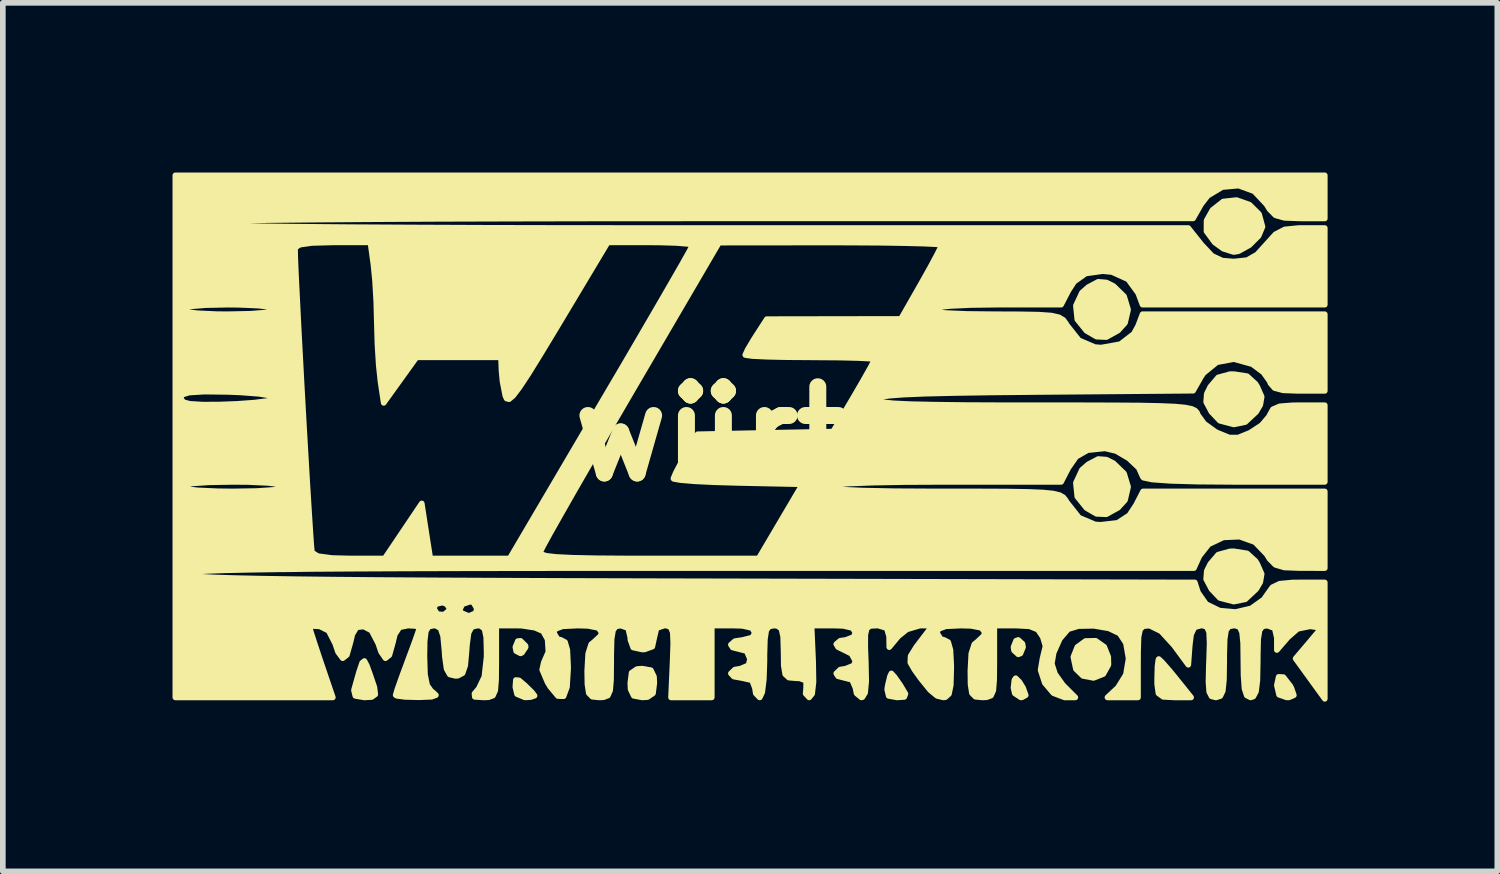
<source format=kicad_pcb>
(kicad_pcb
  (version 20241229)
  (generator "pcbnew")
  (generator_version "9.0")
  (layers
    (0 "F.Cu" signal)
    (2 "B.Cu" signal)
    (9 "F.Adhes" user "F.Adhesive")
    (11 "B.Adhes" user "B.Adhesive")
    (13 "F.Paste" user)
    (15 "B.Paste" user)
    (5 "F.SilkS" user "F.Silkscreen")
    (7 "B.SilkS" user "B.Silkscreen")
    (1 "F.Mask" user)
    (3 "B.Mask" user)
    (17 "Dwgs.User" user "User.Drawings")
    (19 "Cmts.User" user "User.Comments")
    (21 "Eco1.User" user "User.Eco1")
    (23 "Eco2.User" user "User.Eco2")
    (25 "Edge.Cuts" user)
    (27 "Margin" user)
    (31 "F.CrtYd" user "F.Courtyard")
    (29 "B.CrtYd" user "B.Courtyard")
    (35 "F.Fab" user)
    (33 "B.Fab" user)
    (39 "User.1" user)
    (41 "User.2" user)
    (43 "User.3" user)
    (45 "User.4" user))
  (footprint "würth"
    (layer "F.Cu")
    (at 10.21 4.622)
    (property "Reference" "würth" (at 0 0 0) (layer "F.SilkS") (effects (font (size 1.524 1.524) (thickness 0.3))))
    (attr through_hole)
    (fp_poly (pts (xy -3.967 3.768) (xy -4.033 3.867) (xy -4.058 3.878) (xy -4.135 3.838) (xy -4.149 3.768) (xy -4.106 3.662) (xy -4.058 3.657) (xy -3.97 3.744) (xy -3.967 3.768)) (stroke (width 0.1) (type solid)) (fill yes) (layer "F.SilkS"))
    (fp_poly (pts (xy 4.826 3.768) (xy 4.78 3.88) (xy 4.741 3.895) (xy 4.666 3.826) (xy 4.657 3.768) (xy 4.702 3.655) (xy 4.741 3.641) (xy 4.816 3.709) (xy 4.826 3.768)) (stroke (width 0.1) (type solid)) (fill yes) (layer "F.SilkS"))
    (fp_poly (pts (xy -3.81 4.627) (xy -3.881 4.651) (xy -3.979 4.657) (xy -4.119 4.599) (xy -4.149 4.474) (xy -4.14 4.35) (xy -4.084 4.356) (xy -3.979 4.445) (xy -3.855 4.567) (xy -3.81 4.627)) (stroke (width 0.1) (type solid)) (fill yes) (layer "F.SilkS"))
    (fp_poly (pts (xy 4.873 4.618) (xy 4.806 4.656) (xy 4.787 4.657) (xy 4.68 4.586) (xy 4.657 4.487) (xy 4.673 4.35) (xy 4.696 4.318) (xy 4.762 4.383) (xy 4.826 4.487) (xy 4.873 4.618)) (stroke (width 0.1) (type solid)) (fill yes) (layer "F.SilkS"))
    (fp_poly (pts (xy 2.747 4.594) (xy 2.725 4.649) (xy 2.596 4.657) (xy 2.451 4.63) (xy 2.424 4.515) (xy 2.435 4.445) (xy 2.473 4.286) (xy 2.498 4.233) (xy 2.555 4.296) (xy 2.659 4.445) (xy 2.747 4.594)) (stroke (width 0.1) (type solid)) (fill yes) (layer "F.SilkS"))
    (fp_poly (pts (xy 9.613 4.618) (xy 9.528 4.656) (xy 9.486 4.657) (xy 9.352 4.61) (xy 9.313 4.444) (xy 9.313 4.44) (xy 9.345 4.294) (xy 9.429 4.299) (xy 9.548 4.452) (xy 9.57 4.492) (xy 9.613 4.618)) (stroke (width 0.1) (type solid)) (fill yes) (layer "F.SilkS"))
    (fp_poly (pts (xy 6.335 4.081) (xy 6.244 4.244) (xy 6.072 4.312) (xy 5.886 4.277) (xy 5.76 4.154) (xy 5.715 3.942) (xy 5.785 3.766) (xy 5.931 3.66) (xy 6.109 3.656) (xy 6.261 3.763) (xy 6.332 3.941) (xy 6.335 4.081)) (stroke (width 0.1) (type solid)) (fill yes) (layer "F.SilkS"))
    (fp_poly (pts (xy -6.626 4.604) (xy -6.69 4.65) (xy -6.821 4.657) (xy -6.978 4.63) (xy -7.003 4.53) (xy -6.997 4.508) (xy -6.912 4.205) (xy -6.858 4.046) (xy -6.818 4.014) (xy -6.775 4.094) (xy -6.724 4.233) (xy -6.641 4.478) (xy -6.626 4.604)) (stroke (width 0.1) (type solid)) (fill yes) (layer "F.SilkS"))
    (fp_poly (pts (xy -1.693 4.403) (xy -1.716 4.584) (xy -1.813 4.651) (xy -1.905 4.657) (xy -2.056 4.629) (xy -2.112 4.513) (xy -2.117 4.403) (xy -2.094 4.221) (xy -1.997 4.155) (xy -1.905 4.149) (xy -1.754 4.176) (xy -1.698 4.292) (xy -1.693 4.403)) (stroke (width 0.1) (type solid)) (fill yes) (layer "F.SilkS"))
    (fp_poly (pts (xy 7.797 4.657) (xy 7.497 4.657) (xy 7.305 4.647) (xy 7.219 4.584) (xy 7.197 4.42) (xy 7.197 4.318) (xy 7.203 4.106) (xy 7.219 3.988) (xy 7.225 3.979) (xy 7.289 4.039) (xy 7.423 4.193) (xy 7.525 4.318) (xy 7.797 4.657)) (stroke (width 0.1) (type solid)) (fill yes) (layer "F.SilkS"))
    (fp_poly (pts (xy 6.683 -2.198) (xy 6.629 -1.965) (xy 6.505 -1.828) (xy 6.297 -1.713) (xy 6.125 -1.721) (xy 5.946 -1.825) (xy 5.785 -2.025) (xy 5.76 -2.268) (xy 5.867 -2.498) (xy 5.979 -2.597) (xy 6.155 -2.69) (xy 6.299 -2.678) (xy 6.423 -2.617) (xy 6.612 -2.434) (xy 6.683 -2.198)) (stroke (width 0.1) (type solid)) (fill yes) (layer "F.SilkS"))
    (fp_poly (pts (xy 6.683 0.935) (xy 6.629 1.168) (xy 6.505 1.304) (xy 6.297 1.419) (xy 6.125 1.412) (xy 5.946 1.308) (xy 5.785 1.107) (xy 5.76 0.864) (xy 5.867 0.634) (xy 5.979 0.536) (xy 6.155 0.443) (xy 6.299 0.454) (xy 6.423 0.516) (xy 6.612 0.699) (xy 6.683 0.935)) (stroke (width 0.1) (type solid)) (fill yes) (layer "F.SilkS"))
    (fp_poly (pts (xy 9.059 -3.664) (xy 8.99 -3.501) (xy 8.827 -3.338) (xy 8.633 -3.231) (xy 8.551 -3.217) (xy 8.367 -3.275) (xy 8.213 -3.387) (xy 8.069 -3.583) (xy 8.07 -3.773) (xy 8.175 -3.96) (xy 8.365 -4.109) (xy 8.6 -4.135) (xy 8.828 -4.055) (xy 8.998 -3.887) (xy 9.059 -3.664)) (stroke (width 0.1) (type solid)) (fill yes) (layer "F.SilkS"))
    (fp_poly (pts (xy 9.044 -0.659) (xy 9.02 -0.515) (xy 8.947 -0.391) (xy 8.755 -0.211) (xy 8.551 -0.169) (xy 8.305 -0.234) (xy 8.156 -0.391) (xy 8.063 -0.566) (xy 8.074 -0.71) (xy 8.136 -0.835) (xy 8.276 -1) (xy 8.484 -1.057) (xy 8.551 -1.058) (xy 8.786 -1.022) (xy 8.935 -0.886) (xy 8.966 -0.835) (xy 9.044 -0.659)) (stroke (width 0.1) (type solid)) (fill yes) (layer "F.SilkS"))
    (fp_poly (pts (xy 9.044 2.474) (xy 9.02 2.618) (xy 8.947 2.742) (xy 8.755 2.922) (xy 8.551 2.963) (xy 8.305 2.899) (xy 8.156 2.742) (xy 8.063 2.566) (xy 8.074 2.422) (xy 8.136 2.297) (xy 8.276 2.133) (xy 8.484 2.076) (xy 8.551 2.074) (xy 8.786 2.111) (xy 8.935 2.246) (xy 8.966 2.297) (xy 9.044 2.474)) (stroke (width 0.1) (type solid)) (fill yes) (layer "F.SilkS"))
    (fp_poly (pts (xy 10.16 4.682) (xy 9.902 4.326) (xy 9.644 3.97) (xy 9.873 3.7) (xy 10.101 3.429) (xy 9.901 3.4) (xy 9.678 3.445) (xy 9.507 3.595) (xy 9.313 3.819) (xy 9.313 3.603) (xy 9.275 3.435) (xy 9.144 3.387) (xy 9.057 3.402) (xy 9.007 3.47) (xy 8.982 3.627) (xy 8.975 3.907) (xy 8.975 4.022) (xy 8.968 4.357) (xy 8.944 4.553) (xy 8.896 4.642) (xy 8.848 4.657) (xy 8.781 4.623) (xy 8.741 4.503) (xy 8.724 4.265) (xy 8.721 4.022) (xy 8.717 3.697) (xy 8.698 3.507) (xy 8.657 3.415) (xy 8.582 3.388) (xy 8.551 3.387) (xy 8.465 3.402) (xy 8.414 3.47) (xy 8.39 3.627) (xy 8.382 3.907) (xy 8.382 4.022) (xy 8.377 4.349) (xy 8.357 4.542) (xy 8.313 4.633) (xy 8.238 4.657) (xy 8.234 4.657) (xy 8.159 4.638) (xy 8.117 4.558) (xy 8.104 4.383) (xy 8.111 4.079) (xy 8.114 4.022) (xy 8.124 3.698) (xy 8.116 3.508) (xy 8.08 3.416) (xy 8.01 3.388) (xy 7.97 3.387) (xy 7.856 3.418) (xy 7.797 3.542) (xy 7.773 3.733) (xy 7.747 4.08) (xy 7.493 3.735) (xy 7.267 3.488) (xy 7.068 3.39) (xy 7.048 3.389) (xy 6.951 3.398) (xy 6.895 3.454) (xy 6.867 3.59) (xy 6.859 3.842) (xy 6.858 4.022) (xy 6.858 4.657) (xy 6.588 4.657) (xy 6.318 4.657) (xy 6.503 4.484) (xy 6.644 4.257) (xy 6.692 3.97) (xy 6.644 3.694) (xy 6.534 3.527) (xy 6.346 3.437) (xy 6.076 3.391) (xy 5.805 3.396) (xy 5.622 3.451) (xy 5.477 3.62) (xy 5.367 3.867) (xy 5.334 4.062) (xy 5.392 4.243) (xy 5.531 4.438) (xy 5.542 4.449) (xy 5.75 4.657) (xy 5.56 4.657) (xy 5.363 4.582) (xy 5.21 4.401) (xy 5.136 4.173) (xy 5.17 3.97) (xy 5.223 3.75) (xy 5.175 3.588) (xy 5.088 3.459) (xy 4.943 3.4) (xy 4.701 3.387) (xy 4.318 3.387) (xy 4.318 4.022) (xy 4.315 4.345) (xy 4.3 4.534) (xy 4.259 4.625) (xy 4.181 4.654) (xy 4.106 4.657) (xy 3.985 4.645) (xy 3.922 4.581) (xy 3.898 4.425) (xy 3.895 4.188) (xy 3.911 3.884) (xy 3.964 3.718) (xy 4.022 3.671) (xy 4.134 3.565) (xy 4.149 3.505) (xy 4.092 3.428) (xy 3.907 3.392) (xy 3.725 3.387) (xy 3.459 3.4) (xy 3.329 3.447) (xy 3.302 3.514) (xy 3.37 3.626) (xy 3.429 3.641) (xy 3.503 3.68) (xy 3.542 3.818) (xy 3.556 4.087) (xy 3.556 4.149) (xy 3.548 4.438) (xy 3.516 4.595) (xy 3.452 4.653) (xy 3.417 4.657) (xy 3.307 4.63) (xy 3.185 4.529) (xy 3.021 4.327) (xy 2.908 4.17) (xy 2.833 4.04) (xy 2.838 3.926) (xy 2.936 3.768) (xy 3 3.683) (xy 3.226 3.387) (xy 3.002 3.387) (xy 2.771 3.455) (xy 2.62 3.577) (xy 2.461 3.768) (xy 2.458 3.577) (xy 2.416 3.432) (xy 2.265 3.387) (xy 2.237 3.387) (xy 2.126 3.393) (xy 2.063 3.435) (xy 2.037 3.549) (xy 2.036 3.77) (xy 2.046 4.022) (xy 2.053 4.37) (xy 2.034 4.574) (xy 1.986 4.653) (xy 1.968 4.657) (xy 1.883 4.586) (xy 1.863 4.487) (xy 1.803 4.346) (xy 1.693 4.318) (xy 1.556 4.283) (xy 1.524 4.233) (xy 1.595 4.165) (xy 1.693 4.149) (xy 1.834 4.092) (xy 1.863 4.014) (xy 1.792 3.885) (xy 1.693 3.835) (xy 1.556 3.768) (xy 1.524 3.715) (xy 1.595 3.655) (xy 1.693 3.641) (xy 1.831 3.588) (xy 1.863 3.514) (xy 1.814 3.431) (xy 1.646 3.392) (xy 1.475 3.387) (xy 1.087 3.387) (xy 1.115 4.022) (xy 1.121 4.385) (xy 1.097 4.593) (xy 1.045 4.657) (xy 0.983 4.59) (xy 0.991 4.487) (xy 0.993 4.362) (xy 0.878 4.32) (xy 0.814 4.318) (xy 0.687 4.307) (xy 0.621 4.247) (xy 0.596 4.096) (xy 0.593 3.852) (xy 0.585 3.583) (xy 0.554 3.443) (xy 0.483 3.392) (xy 0.423 3.387) (xy 0.337 3.402) (xy 0.286 3.47) (xy 0.262 3.627) (xy 0.254 3.907) (xy 0.254 4.022) (xy 0.243 4.342) (xy 0.215 4.565) (xy 0.173 4.656) (xy 0.169 4.657) (xy 0.101 4.586) (xy 0.085 4.487) (xy 0.035 4.355) (xy -0.127 4.318) (xy -0.286 4.289) (xy -0.339 4.233) (xy -0.268 4.165) (xy -0.169 4.149) (xy -0.028 4.089) (xy 0 3.979) (xy -0.06 3.838) (xy -0.169 3.81) (xy -0.307 3.775) (xy -0.339 3.725) (xy -0.266 3.662) (xy -0.127 3.641) (xy 0.043 3.597) (xy 0.085 3.514) (xy 0.035 3.43) (xy -0.135 3.392) (xy -0.296 3.387) (xy -0.677 3.387) (xy -0.677 4.022) (xy -0.677 4.657) (xy -1.037 4.657) (xy -1.397 4.657) (xy -1.369 4.022) (xy -1.358 3.698) (xy -1.366 3.508) (xy -1.402 3.417) (xy -1.472 3.388) (xy -1.517 3.387) (xy -1.654 3.433) (xy -1.693 3.597) (xy -1.693 3.598) (xy -1.728 3.759) (xy -1.866 3.809) (xy -1.905 3.81) (xy -2.066 3.775) (xy -2.116 3.637) (xy -2.117 3.598) (xy -2.156 3.432) (xy -2.286 3.387) (xy -2.373 3.402) (xy -2.423 3.47) (xy -2.448 3.627) (xy -2.455 3.907) (xy -2.455 4.022) (xy -2.458 4.345) (xy -2.474 4.534) (xy -2.515 4.625) (xy -2.593 4.654) (xy -2.667 4.657) (xy -2.788 4.645) (xy -2.851 4.581) (xy -2.875 4.425) (xy -2.879 4.188) (xy -2.862 3.884) (xy -2.809 3.718) (xy -2.752 3.671) (xy -2.639 3.565) (xy -2.625 3.505) (xy -2.681 3.428) (xy -2.866 3.392) (xy -3.048 3.387) (xy -3.314 3.4) (xy -3.444 3.447) (xy -3.471 3.514) (xy -3.404 3.626) (xy -3.344 3.641) (xy -3.271 3.68) (xy -3.231 3.818) (xy -3.218 4.087) (xy -3.217 4.149) (xy -3.237 4.474) (xy -3.297 4.636) (xy -3.396 4.633) (xy -3.535 4.466) (xy -3.581 4.389) (xy -3.675 4.167) (xy -3.646 4.036) (xy -3.644 4.034) (xy -3.565 3.853) (xy -3.579 3.631) (xy -3.658 3.488) (xy -3.801 3.425) (xy -4.037 3.389) (xy -4.123 3.387) (xy -4.487 3.387) (xy -4.487 4.022) (xy -4.49 4.345) (xy -4.505 4.534) (xy -4.546 4.625) (xy -4.625 4.654) (xy -4.712 4.657) (xy -4.866 4.647) (xy -4.872 4.591) (xy -4.797 4.502) (xy -4.697 4.293) (xy -4.658 3.946) (xy -4.657 3.867) (xy -4.664 3.592) (xy -4.694 3.447) (xy -4.762 3.392) (xy -4.822 3.387) (xy -4.826 3.388) (xy -4.826 3.09) (xy -4.891 2.978) (xy -4.948 2.963) (xy -5.087 3.01) (xy -5.134 3.11) (xy -5.106 3.163) (xy -4.971 3.218) (xy -4.854 3.168) (xy -4.826 3.09) (xy -4.826 3.388) (xy -4.921 3.412) (xy -4.977 3.516) (xy -5.006 3.738) (xy -5.012 3.831) (xy -5.036 4.094) (xy -5.082 4.228) (xy -5.166 4.273) (xy -5.207 4.276) (xy -5.308 4.252) (xy -5.308 3.091) (xy -5.363 3.008) (xy -5.44 2.979) (xy -5.566 3.012) (xy -5.588 3.09) (xy -5.529 3.185) (xy -5.41 3.195) (xy -5.317 3.118) (xy -5.308 3.091) (xy -5.308 4.252) (xy -5.309 4.251) (xy -5.365 4.152) (xy -5.395 3.937) (xy -5.402 3.831) (xy -5.427 3.567) (xy -5.473 3.433) (xy -5.558 3.388) (xy -5.592 3.387) (xy -5.682 3.405) (xy -5.732 3.485) (xy -5.753 3.665) (xy -5.757 3.933) (xy -5.747 4.252) (xy -5.709 4.444) (xy -5.635 4.548) (xy -5.609 4.565) (xy -5.554 4.617) (xy -5.629 4.645) (xy -5.853 4.654) (xy -5.863 4.654) (xy -6.098 4.648) (xy -6.243 4.629) (xy -6.265 4.616) (xy -6.238 4.523) (xy -6.165 4.315) (xy -6.062 4.036) (xy -6.054 4.014) (xy -5.949 3.732) (xy -5.874 3.521) (xy -5.842 3.421) (xy -5.842 3.419) (xy -5.915 3.394) (xy -6.05 3.387) (xy -6.199 3.418) (xy -6.28 3.544) (xy -6.313 3.683) (xy -6.376 3.908) (xy -6.446 3.964) (xy -6.524 3.85) (xy -6.573 3.704) (xy -6.692 3.475) (xy -6.829 3.403) (xy -6.957 3.418) (xy -7.03 3.539) (xy -7.063 3.678) (xy -7.128 3.906) (xy -7.202 3.964) (xy -7.284 3.854) (xy -7.335 3.704) (xy -7.45 3.479) (xy -7.602 3.402) (xy -7.748 3.393) (xy -7.789 3.408) (xy -7.764 3.499) (xy -7.697 3.707) (xy -7.602 3.993) (xy -7.583 4.049) (xy -7.376 4.657) (xy -8.768 4.657) (xy -10.16 4.657) (xy -10.16 0.042) (xy -10.16 -4.572) (xy 0 -4.572) (xy 10.16 -4.572) (xy 10.16 -4.191) (xy 10.16 -3.81) (xy 9.716 -3.811) (xy 9.447 -3.821) (xy 9.288 -3.866) (xy 9.183 -3.973) (xy 9.129 -4.061) (xy 8.914 -4.29) (xy 8.638 -4.391) (xy 8.346 -4.365) (xy 8.09 -4.211) (xy 7.974 -4.061) (xy 7.832 -3.811) (xy -1.122 -3.811) (xy -2.75 -3.81) (xy -4.218 -3.807) (xy -5.524 -3.803) (xy -6.668 -3.797) (xy -7.648 -3.79) (xy -8.463 -3.782) (xy -9.113 -3.771) (xy -9.597 -3.76) (xy -9.914 -3.746) (xy -10.063 -3.731) (xy -10.075 -3.725) (xy -9.991 -3.71) (xy -9.738 -3.696) (xy -9.317 -3.684) (xy -8.73 -3.673) (xy -7.978 -3.664) (xy -7.06 -3.656) (xy -5.979 -3.65) (xy -4.735 -3.645) (xy -3.329 -3.642) (xy -1.761 -3.641) (xy -1.164 -3.641) (xy 7.747 -3.641) (xy 7.983 -3.344) (xy 8.167 -3.149) (xy 8.348 -3.064) (xy 8.551 -3.048) (xy 8.789 -3.073) (xy 8.965 -3.174) (xy 9.119 -3.344) (xy 9.288 -3.53) (xy 9.453 -3.616) (xy 9.692 -3.64) (xy 9.758 -3.641) (xy 10.16 -3.641) (xy 10.16 -2.963) (xy 10.16 -2.286) (xy 8.549 -2.286) (xy 6.938 -2.286) (xy 6.86 -2.493) (xy 6.684 -2.734) (xy 6.399 -2.863) (xy 6.235 -2.879) (xy 5.933 -2.837) (xy 5.729 -2.692) (xy 5.625 -2.53) (xy 5.499 -2.286) (xy 4.363 -2.286) (xy 3.905 -2.28) (xy 3.537 -2.263) (xy 3.387 -2.247) (xy 3.387 -3.342) (xy 3.306 -3.354) (xy 3.079 -3.365) (xy 2.73 -3.374) (xy 2.283 -3.381) (xy 1.76 -3.384) (xy 1.418 -3.385) (xy -0.55 -3.383) (xy -1.016 -2.586) (xy -1.016 -3.34) (xy -1.094 -3.36) (xy -1.304 -3.377) (xy -1.607 -3.386) (xy -1.767 -3.387) (xy -2.517 -3.387) (xy -3.392 -1.926) (xy -3.691 -1.431) (xy -3.915 -1.068) (xy -4.078 -0.821) (xy -4.189 -0.675) (xy -4.261 -0.615) (xy -4.304 -0.626) (xy -4.327 -0.677) (xy -4.377 -0.934) (xy -4.394 -1.122) (xy -4.403 -1.355) (xy -5.15 -1.355) (xy -5.898 -1.355) (xy -6.187 -0.953) (xy -6.477 -0.55) (xy -6.534 -0.931) (xy -6.564 -1.213) (xy -6.587 -1.583) (xy -6.598 -1.957) (xy -6.608 -2.338) (xy -6.63 -2.712) (xy -6.658 -2.994) (xy -6.712 -3.387) (xy -7.378 -3.387) (xy -7.744 -3.377) (xy -7.96 -3.347) (xy -8.042 -3.294) (xy -8.044 -3.281) (xy -8.041 -3.125) (xy -8.029 -2.833) (xy -8.009 -2.433) (xy -7.985 -1.947) (xy -7.956 -1.402) (xy -7.925 -0.823) (xy -7.892 -0.234) (xy -7.859 0.339) (xy -7.828 0.872) (xy -7.799 1.338) (xy -7.775 1.714) (xy -7.757 1.973) (xy -7.745 2.092) (xy -7.744 2.095) (xy -7.645 2.159) (xy -7.392 2.193) (xy -7.084 2.201) (xy -6.459 2.201) (xy -6.131 1.714) (xy -5.804 1.228) (xy -5.729 1.714) (xy -5.653 2.201) (xy -4.951 2.201) (xy -4.249 2.201) (xy -2.633 -0.546) (xy -2.269 -1.164) (xy -1.934 -1.737) (xy -1.637 -2.247) (xy -1.387 -2.679) (xy -1.194 -3.015) (xy -1.068 -3.24) (xy -1.017 -3.337) (xy -1.016 -3.34) (xy -1.016 -2.586) (xy -2.117 -0.704) (xy -2.475 -0.09) (xy -2.806 0.482) (xy -3.1 0.992) (xy -3.347 1.425) (xy -3.538 1.763) (xy -3.662 1.99) (xy -3.71 2.087) (xy -3.71 2.088) (xy -3.692 2.125) (xy -3.603 2.154) (xy -3.427 2.174) (xy -3.146 2.188) (xy -2.741 2.197) (xy -2.196 2.201) (xy -1.793 2.201) (xy 0.152 2.201) (xy 0.539 1.545) (xy 0.926 0.889) (xy -0.215 0.865) (xy -0.632 0.853) (xy -0.981 0.836) (xy -1.23 0.815) (xy -1.349 0.794) (xy -1.355 0.788) (xy -1.315 0.69) (xy -1.215 0.499) (xy -1.141 0.37) (xy -0.927 0.005) (xy 0.271 -0.019) (xy 1.468 -0.042) (xy 1.835 -0.663) (xy 2.001 -0.949) (xy 2.128 -1.174) (xy 2.195 -1.303) (xy 2.201 -1.32) (xy 2.122 -1.332) (xy 1.904 -1.343) (xy 1.578 -1.351) (xy 1.176 -1.354) (xy 1.058 -1.355) (xy 0.641 -1.358) (xy 0.291 -1.366) (xy 0.041 -1.378) (xy -0.079 -1.394) (xy -0.085 -1.398) (xy -0.043 -1.49) (xy 0.062 -1.667) (xy 0.106 -1.736) (xy 0.296 -2.03) (xy 1.482 -2.032) (xy 2.667 -2.034) (xy 3.027 -2.665) (xy 3.19 -2.956) (xy 3.314 -3.187) (xy 3.381 -3.323) (xy 3.387 -3.342) (xy 3.387 -2.247) (xy 3.286 -2.236) (xy 3.176 -2.203) (xy 3.175 -2.201) (xy 3.233 -2.164) (xy 3.453 -2.138) (xy 3.83 -2.122) (xy 4.31 -2.117) (xy 4.781 -2.115) (xy 5.11 -2.109) (xy 5.327 -2.093) (xy 5.46 -2.063) (xy 5.538 -2.016) (xy 5.588 -1.947) (xy 5.599 -1.926) (xy 5.813 -1.656) (xy 6.094 -1.536) (xy 6.207 -1.527) (xy 6.547 -1.588) (xy 6.784 -1.771) (xy 6.86 -1.91) (xy 6.938 -2.117) (xy 8.549 -2.117) (xy 10.16 -2.117) (xy 10.16 -1.439) (xy 10.16 -0.762) (xy 9.7 -0.762) (xy 9.424 -0.772) (xy 9.273 -0.812) (xy 9.199 -0.897) (xy 9.186 -0.932) (xy 9.076 -1.088) (xy 8.885 -1.23) (xy 8.878 -1.234) (xy 8.553 -1.324) (xy 8.251 -1.268) (xy 8.014 -1.075) (xy 7.971 -1.009) (xy 7.832 -0.765) (xy 5.045 -0.742) (xy 4.242 -0.734) (xy 3.595 -0.724) (xy 3.09 -0.712) (xy 2.714 -0.696) (xy 2.454 -0.676) (xy 2.296 -0.651) (xy 2.227 -0.622) (xy 2.222 -0.614) (xy 2.246 -0.584) (xy 2.348 -0.56) (xy 2.543 -0.541) (xy 2.843 -0.527) (xy 3.264 -0.518) (xy 3.817 -0.511) (xy 4.518 -0.508) (xy 5.025 -0.508) (xy 5.792 -0.508) (xy 6.408 -0.506) (xy 6.888 -0.503) (xy 7.251 -0.495) (xy 7.513 -0.484) (xy 7.692 -0.467) (xy 7.805 -0.444) (xy 7.869 -0.414) (xy 7.902 -0.375) (xy 7.918 -0.334) (xy 8.028 -0.183) (xy 8.226 -0.04) (xy 8.262 -0.022) (xy 8.471 0.063) (xy 8.629 0.064) (xy 8.836 -0.02) (xy 8.84 -0.022) (xy 9.046 -0.157) (xy 9.176 -0.311) (xy 9.185 -0.334) (xy 9.243 -0.437) (xy 9.364 -0.489) (xy 9.594 -0.507) (xy 9.7 -0.508) (xy 10.16 -0.508) (xy 10.16 0.169) (xy 10.16 0.847) (xy 8.551 0.847) (xy 7.907 0.842) (xy 7.426 0.828) (xy 7.108 0.805) (xy 6.956 0.773) (xy 6.943 0.758) (xy 6.871 0.598) (xy 6.696 0.432) (xy 6.475 0.302) (xy 6.276 0.254) (xy 5.967 0.286) (xy 5.764 0.402) (xy 5.625 0.603) (xy 5.499 0.847) (xy 3.432 0.847) (xy 2.747 0.85) (xy 2.182 0.86) (xy 1.748 0.876) (xy 1.457 0.898) (xy 1.32 0.925) (xy 1.312 0.931) (xy 1.376 0.961) (xy 1.607 0.984) (xy 2.001 1.001) (xy 2.556 1.012) (xy 3.269 1.016) (xy 3.379 1.016) (xy 4.031 1.016) (xy 4.535 1.018) (xy 4.91 1.024) (xy 5.177 1.035) (xy 5.357 1.053) (xy 5.47 1.08) (xy 5.537 1.118) (xy 5.577 1.168) (xy 5.599 1.206) (xy 5.815 1.479) (xy 6.098 1.599) (xy 6.195 1.606) (xy 6.5 1.571) (xy 6.704 1.437) (xy 6.821 1.26) (xy 6.947 1.016) (xy 8.554 1.016) (xy 10.16 1.016) (xy 10.16 1.693) (xy 10.16 2.371) (xy 9.716 2.37) (xy 9.446 2.36) (xy 9.288 2.314) (xy 9.183 2.208) (xy 9.132 2.125) (xy 8.928 1.913) (xy 8.655 1.815) (xy 8.364 1.828) (xy 8.106 1.951) (xy 7.944 2.157) (xy 7.847 2.371) (xy -1.121 2.371) (xy -2.598 2.371) (xy -3.914 2.372) (xy -5.077 2.374) (xy -6.094 2.377) (xy -6.975 2.381) (xy -7.726 2.386) (xy -8.213 2.392) (xy -8.213 0.931) (xy -8.294 0.893) (xy -8.381 0.882) (xy -8.381 -0.635) (xy -8.382 -0.635) (xy -8.382 -2.201) (xy -8.462 -2.241) (xy -8.688 -2.269) (xy -9.033 -2.284) (xy -9.229 -2.286) (xy -9.622 -2.278) (xy -9.906 -2.255) (xy -10.057 -2.221) (xy -10.075 -2.201) (xy -9.995 -2.162) (xy -9.77 -2.134) (xy -9.424 -2.118) (xy -9.229 -2.117) (xy -8.835 -2.125) (xy -8.551 -2.147) (xy -8.4 -2.182) (xy -8.382 -2.201) (xy -8.382 -0.635) (xy -8.461 -0.675) (xy -8.681 -0.71) (xy -9.011 -0.735) (xy -9.228 -0.744) (xy -9.65 -0.749) (xy -9.919 -0.732) (xy -10.052 -0.691) (xy -10.063 -0.621) (xy -10.016 -0.562) (xy -9.906 -0.533) (xy -9.682 -0.519) (xy -9.387 -0.52) (xy -9.067 -0.532) (xy -8.765 -0.554) (xy -8.526 -0.584) (xy -8.394 -0.62) (xy -8.381 -0.635) (xy -8.381 0.882) (xy -8.522 0.865) (xy -8.876 0.849) (xy -9.144 0.847) (xy -9.564 0.854) (xy -9.872 0.875) (xy -10.045 0.907) (xy -10.075 0.931) (xy -9.994 0.97) (xy -9.766 0.997) (xy -9.412 1.013) (xy -9.144 1.016) (xy -8.724 1.009) (xy -8.416 0.988) (xy -8.243 0.956) (xy -8.213 0.931) (xy -8.213 2.392) (xy -8.356 2.393) (xy -8.873 2.401) (xy -9.285 2.41) (xy -9.599 2.421) (xy -9.825 2.433) (xy -9.971 2.448) (xy -10.043 2.464) (xy -10.054 2.477) (xy -10.016 2.494) (xy -9.91 2.51) (xy -9.726 2.524) (xy -9.458 2.537) (xy -9.096 2.548) (xy -8.634 2.558) (xy -8.063 2.567) (xy -7.375 2.575) (xy -6.562 2.582) (xy -5.617 2.588) (xy -4.53 2.593) (xy -3.294 2.598) (xy -1.902 2.602) (xy -1.078 2.604) (xy 7.863 2.625) (xy 7.919 2.802) (xy 8.062 3.007) (xy 8.3 3.123) (xy 8.583 3.148) (xy 8.86 3.083) (xy 9.082 2.925) (xy 9.146 2.832) (xy 9.235 2.709) (xy 9.365 2.647) (xy 9.591 2.626) (xy 9.709 2.625) (xy 10.16 2.625) (xy 10.16 3.653) (xy 10.16 4.682)) (stroke (width 0.1) (type solid)) (fill yes) (layer "F.SilkS")))
  (gr_rect
    (start -3 -3)
    (end 23.42 12.354)
    (stroke (width 0.1) (type default))
    (fill no)
    (layer "Edge.Cuts")))
</source>
